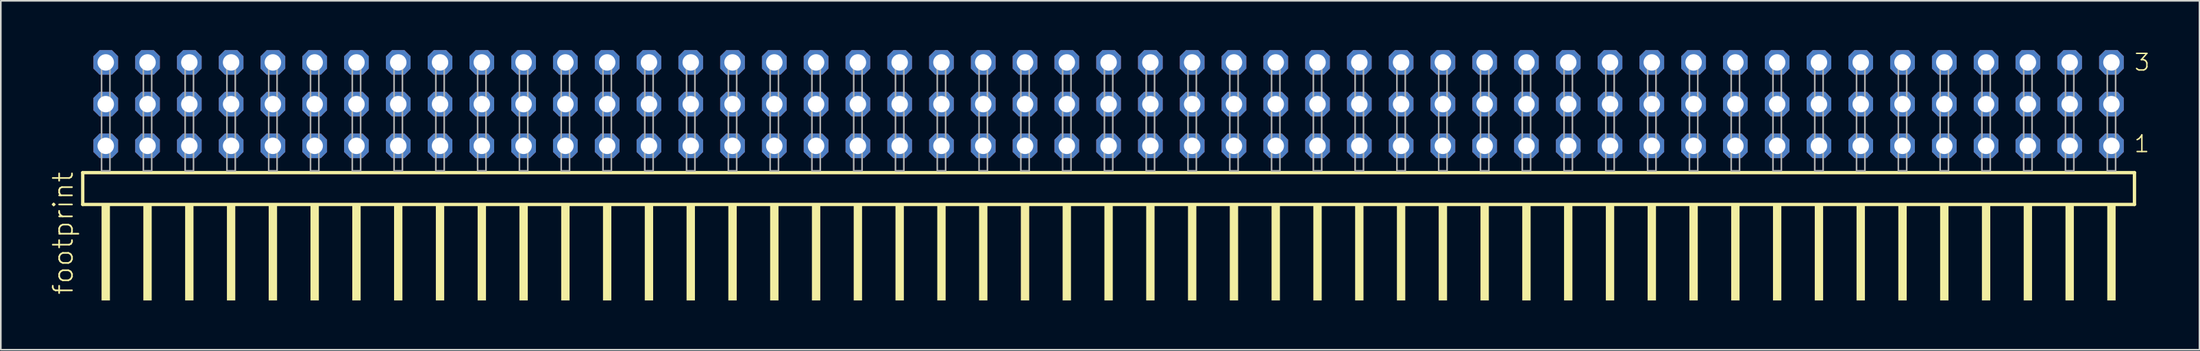
<source format=kicad_pcb>
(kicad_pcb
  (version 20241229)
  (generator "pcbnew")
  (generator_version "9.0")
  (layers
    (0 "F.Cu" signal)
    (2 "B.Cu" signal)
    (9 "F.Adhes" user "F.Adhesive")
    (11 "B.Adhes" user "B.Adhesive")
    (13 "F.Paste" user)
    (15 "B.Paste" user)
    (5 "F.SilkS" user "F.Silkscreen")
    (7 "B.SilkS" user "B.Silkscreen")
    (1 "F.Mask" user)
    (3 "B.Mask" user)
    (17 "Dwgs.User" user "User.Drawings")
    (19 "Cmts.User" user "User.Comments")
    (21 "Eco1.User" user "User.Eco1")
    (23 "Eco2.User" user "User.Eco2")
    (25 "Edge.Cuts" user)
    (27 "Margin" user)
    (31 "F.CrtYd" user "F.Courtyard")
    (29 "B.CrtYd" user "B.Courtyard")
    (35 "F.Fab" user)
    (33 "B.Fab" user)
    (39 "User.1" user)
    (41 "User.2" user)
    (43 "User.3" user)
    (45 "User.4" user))
  (footprint "footprint"
    (layer "F.Cu")
    (at 64.338 7.354)
    (property "Reference" "footprint" (at -62.865 7.62 90) (layer "F.SilkS") (effects (font (size 1.168 1.168) (thickness 0.102)) (justify left bottom)))
    (fp_line (start -62.359 0.106) (end -62.359 2.046) (stroke (width 0.203) (type solid)) (layer "F.SilkS"))
    (fp_line (start -62.359 2.046) (end 62.359 2.046) (stroke (width 0.203) (type solid)) (layer "F.SilkS"))
    (fp_line (start 62.359 0.106) (end -62.359 0.106) (stroke (width 0.203) (type solid)) (layer "F.SilkS"))
    (fp_line (start 62.359 2.046) (end 62.359 0.106) (stroke (width 0.203) (type solid)) (layer "F.SilkS"))
    (fp_poly (pts (xy -61.214 7.89) (xy -60.706 7.89) (xy -60.706 2.04) (xy -61.214 2.04)) (stroke (width 0) (type solid)) (fill yes) (layer "F.SilkS"))
    (fp_poly (pts (xy -58.674 7.89) (xy -58.166 7.89) (xy -58.166 2.04) (xy -58.674 2.04)) (stroke (width 0) (type solid)) (fill yes) (layer "F.SilkS"))
    (fp_poly (pts (xy -56.134 7.89) (xy -55.626 7.89) (xy -55.626 2.04) (xy -56.134 2.04)) (stroke (width 0) (type solid)) (fill yes) (layer "F.SilkS"))
    (fp_poly (pts (xy -53.594 7.89) (xy -53.086 7.89) (xy -53.086 2.04) (xy -53.594 2.04)) (stroke (width 0) (type solid)) (fill yes) (layer "F.SilkS"))
    (fp_poly (pts (xy -51.054 7.89) (xy -50.546 7.89) (xy -50.546 2.04) (xy -51.054 2.04)) (stroke (width 0) (type solid)) (fill yes) (layer "F.SilkS"))
    (fp_poly (pts (xy -48.514 7.89) (xy -48.006 7.89) (xy -48.006 2.04) (xy -48.514 2.04)) (stroke (width 0) (type solid)) (fill yes) (layer "F.SilkS"))
    (fp_poly (pts (xy -45.974 7.89) (xy -45.466 7.89) (xy -45.466 2.04) (xy -45.974 2.04)) (stroke (width 0) (type solid)) (fill yes) (layer "F.SilkS"))
    (fp_poly (pts (xy -43.434 7.89) (xy -42.926 7.89) (xy -42.926 2.04) (xy -43.434 2.04)) (stroke (width 0) (type solid)) (fill yes) (layer "F.SilkS"))
    (fp_poly (pts (xy -40.894 7.89) (xy -40.386 7.89) (xy -40.386 2.04) (xy -40.894 2.04)) (stroke (width 0) (type solid)) (fill yes) (layer "F.SilkS"))
    (fp_poly (pts (xy -38.354 7.89) (xy -37.846 7.89) (xy -37.846 2.04) (xy -38.354 2.04)) (stroke (width 0) (type solid)) (fill yes) (layer "F.SilkS"))
    (fp_poly (pts (xy -35.814 7.89) (xy -35.306 7.89) (xy -35.306 2.04) (xy -35.814 2.04)) (stroke (width 0) (type solid)) (fill yes) (layer "F.SilkS"))
    (fp_poly (pts (xy -33.274 7.89) (xy -32.766 7.89) (xy -32.766 2.04) (xy -33.274 2.04)) (stroke (width 0) (type solid)) (fill yes) (layer "F.SilkS"))
    (fp_poly (pts (xy -30.734 7.89) (xy -30.226 7.89) (xy -30.226 2.04) (xy -30.734 2.04)) (stroke (width 0) (type solid)) (fill yes) (layer "F.SilkS"))
    (fp_poly (pts (xy -28.194 7.89) (xy -27.686 7.89) (xy -27.686 2.04) (xy -28.194 2.04)) (stroke (width 0) (type solid)) (fill yes) (layer "F.SilkS"))
    (fp_poly (pts (xy -25.654 7.89) (xy -25.146 7.89) (xy -25.146 2.04) (xy -25.654 2.04)) (stroke (width 0) (type solid)) (fill yes) (layer "F.SilkS"))
    (fp_poly (pts (xy -23.114 7.89) (xy -22.606 7.89) (xy -22.606 2.04) (xy -23.114 2.04)) (stroke (width 0) (type solid)) (fill yes) (layer "F.SilkS"))
    (fp_poly (pts (xy -20.574 7.89) (xy -20.066 7.89) (xy -20.066 2.04) (xy -20.574 2.04)) (stroke (width 0) (type solid)) (fill yes) (layer "F.SilkS"))
    (fp_poly (pts (xy -18.034 7.89) (xy -17.526 7.89) (xy -17.526 2.04) (xy -18.034 2.04)) (stroke (width 0) (type solid)) (fill yes) (layer "F.SilkS"))
    (fp_poly (pts (xy -15.494 7.89) (xy -14.986 7.89) (xy -14.986 2.04) (xy -15.494 2.04)) (stroke (width 0) (type solid)) (fill yes) (layer "F.SilkS"))
    (fp_poly (pts (xy -12.954 7.89) (xy -12.446 7.89) (xy -12.446 2.04) (xy -12.954 2.04)) (stroke (width 0) (type solid)) (fill yes) (layer "F.SilkS"))
    (fp_poly (pts (xy -10.414 7.89) (xy -9.906 7.89) (xy -9.906 2.04) (xy -10.414 2.04)) (stroke (width 0) (type solid)) (fill yes) (layer "F.SilkS"))
    (fp_poly (pts (xy -7.874 7.89) (xy -7.366 7.89) (xy -7.366 2.04) (xy -7.874 2.04)) (stroke (width 0) (type solid)) (fill yes) (layer "F.SilkS"))
    (fp_poly (pts (xy -5.334 7.89) (xy -4.826 7.89) (xy -4.826 2.04) (xy -5.334 2.04)) (stroke (width 0) (type solid)) (fill yes) (layer "F.SilkS"))
    (fp_poly (pts (xy -2.794 7.89) (xy -2.286 7.89) (xy -2.286 2.04) (xy -2.794 2.04)) (stroke (width 0) (type solid)) (fill yes) (layer "F.SilkS"))
    (fp_poly (pts (xy -0.254 7.89) (xy 0.254 7.89) (xy 0.254 2.04) (xy -0.254 2.04)) (stroke (width 0) (type solid)) (fill yes) (layer "F.SilkS"))
    (fp_poly (pts (xy 2.286 7.89) (xy 2.794 7.89) (xy 2.794 2.04) (xy 2.286 2.04)) (stroke (width 0) (type solid)) (fill yes) (layer "F.SilkS"))
    (fp_poly (pts (xy 4.826 7.89) (xy 5.334 7.89) (xy 5.334 2.04) (xy 4.826 2.04)) (stroke (width 0) (type solid)) (fill yes) (layer "F.SilkS"))
    (fp_poly (pts (xy 7.366 7.89) (xy 7.874 7.89) (xy 7.874 2.04) (xy 7.366 2.04)) (stroke (width 0) (type solid)) (fill yes) (layer "F.SilkS"))
    (fp_poly (pts (xy 9.906 7.89) (xy 10.414 7.89) (xy 10.414 2.04) (xy 9.906 2.04)) (stroke (width 0) (type solid)) (fill yes) (layer "F.SilkS"))
    (fp_poly (pts (xy 12.446 7.89) (xy 12.954 7.89) (xy 12.954 2.04) (xy 12.446 2.04)) (stroke (width 0) (type solid)) (fill yes) (layer "F.SilkS"))
    (fp_poly (pts (xy 14.986 7.89) (xy 15.494 7.89) (xy 15.494 2.04) (xy 14.986 2.04)) (stroke (width 0) (type solid)) (fill yes) (layer "F.SilkS"))
    (fp_poly (pts (xy 17.526 7.89) (xy 18.034 7.89) (xy 18.034 2.04) (xy 17.526 2.04)) (stroke (width 0) (type solid)) (fill yes) (layer "F.SilkS"))
    (fp_poly (pts (xy 20.066 7.89) (xy 20.574 7.89) (xy 20.574 2.04) (xy 20.066 2.04)) (stroke (width 0) (type solid)) (fill yes) (layer "F.SilkS"))
    (fp_poly (pts (xy 22.606 7.89) (xy 23.114 7.89) (xy 23.114 2.04) (xy 22.606 2.04)) (stroke (width 0) (type solid)) (fill yes) (layer "F.SilkS"))
    (fp_poly (pts (xy 25.146 7.89) (xy 25.654 7.89) (xy 25.654 2.04) (xy 25.146 2.04)) (stroke (width 0) (type solid)) (fill yes) (layer "F.SilkS"))
    (fp_poly (pts (xy 27.686 7.89) (xy 28.194 7.89) (xy 28.194 2.04) (xy 27.686 2.04)) (stroke (width 0) (type solid)) (fill yes) (layer "F.SilkS"))
    (fp_poly (pts (xy 30.226 7.89) (xy 30.734 7.89) (xy 30.734 2.04) (xy 30.226 2.04)) (stroke (width 0) (type solid)) (fill yes) (layer "F.SilkS"))
    (fp_poly (pts (xy 32.766 7.89) (xy 33.274 7.89) (xy 33.274 2.04) (xy 32.766 2.04)) (stroke (width 0) (type solid)) (fill yes) (layer "F.SilkS"))
    (fp_poly (pts (xy 35.306 7.89) (xy 35.814 7.89) (xy 35.814 2.04) (xy 35.306 2.04)) (stroke (width 0) (type solid)) (fill yes) (layer "F.SilkS"))
    (fp_poly (pts (xy 37.846 7.89) (xy 38.354 7.89) (xy 38.354 2.04) (xy 37.846 2.04)) (stroke (width 0) (type solid)) (fill yes) (layer "F.SilkS"))
    (fp_poly (pts (xy 40.386 7.89) (xy 40.894 7.89) (xy 40.894 2.04) (xy 40.386 2.04)) (stroke (width 0) (type solid)) (fill yes) (layer "F.SilkS"))
    (fp_poly (pts (xy 42.926 7.89) (xy 43.434 7.89) (xy 43.434 2.04) (xy 42.926 2.04)) (stroke (width 0) (type solid)) (fill yes) (layer "F.SilkS"))
    (fp_poly (pts (xy 45.466 7.89) (xy 45.974 7.89) (xy 45.974 2.04) (xy 45.466 2.04)) (stroke (width 0) (type solid)) (fill yes) (layer "F.SilkS"))
    (fp_poly (pts (xy 48.006 7.89) (xy 48.514 7.89) (xy 48.514 2.04) (xy 48.006 2.04)) (stroke (width 0) (type solid)) (fill yes) (layer "F.SilkS"))
    (fp_poly (pts (xy 50.546 7.89) (xy 51.054 7.89) (xy 51.054 2.04) (xy 50.546 2.04)) (stroke (width 0) (type solid)) (fill yes) (layer "F.SilkS"))
    (fp_poly (pts (xy 53.086 7.89) (xy 53.594 7.89) (xy 53.594 2.04) (xy 53.086 2.04)) (stroke (width 0) (type solid)) (fill yes) (layer "F.SilkS"))
    (fp_poly (pts (xy 55.626 7.89) (xy 56.134 7.89) (xy 56.134 2.04) (xy 55.626 2.04)) (stroke (width 0) (type solid)) (fill yes) (layer "F.SilkS"))
    (fp_poly (pts (xy 58.166 7.89) (xy 58.674 7.89) (xy 58.674 2.04) (xy 58.166 2.04)) (stroke (width 0) (type solid)) (fill yes) (layer "F.SilkS"))
    (fp_poly (pts (xy 60.706 7.89) (xy 61.214 7.89) (xy 61.214 2.04) (xy 60.706 2.04)) (stroke (width 0) (type solid)) (fill yes) (layer "F.SilkS"))
    (fp_poly (pts (xy -61.214 0) (xy -60.706 0) (xy -60.706 -6.858) (xy -61.214 -6.858)) (stroke (width 0.1) (type solid)) (fill no) (layer "F.Fab"))
    (fp_poly (pts (xy -58.674 0) (xy -58.166 0) (xy -58.166 -6.858) (xy -58.674 -6.858)) (stroke (width 0.1) (type solid)) (fill no) (layer "F.Fab"))
    (fp_poly (pts (xy -56.134 0) (xy -55.626 0) (xy -55.626 -6.858) (xy -56.134 -6.858)) (stroke (width 0.1) (type solid)) (fill no) (layer "F.Fab"))
    (fp_poly (pts (xy -53.594 0) (xy -53.086 0) (xy -53.086 -6.858) (xy -53.594 -6.858)) (stroke (width 0.1) (type solid)) (fill no) (layer "F.Fab"))
    (fp_poly (pts (xy -51.054 0) (xy -50.546 0) (xy -50.546 -6.858) (xy -51.054 -6.858)) (stroke (width 0.1) (type solid)) (fill no) (layer "F.Fab"))
    (fp_poly (pts (xy -48.514 0) (xy -48.006 0) (xy -48.006 -6.858) (xy -48.514 -6.858)) (stroke (width 0.1) (type solid)) (fill no) (layer "F.Fab"))
    (fp_poly (pts (xy -45.974 0) (xy -45.466 0) (xy -45.466 -6.858) (xy -45.974 -6.858)) (stroke (width 0.1) (type solid)) (fill no) (layer "F.Fab"))
    (fp_poly (pts (xy -43.434 0) (xy -42.926 0) (xy -42.926 -6.858) (xy -43.434 -6.858)) (stroke (width 0.1) (type solid)) (fill no) (layer "F.Fab"))
    (fp_poly (pts (xy -40.894 0) (xy -40.386 0) (xy -40.386 -6.858) (xy -40.894 -6.858)) (stroke (width 0.1) (type solid)) (fill no) (layer "F.Fab"))
    (fp_poly (pts (xy -38.354 0) (xy -37.846 0) (xy -37.846 -6.858) (xy -38.354 -6.858)) (stroke (width 0.1) (type solid)) (fill no) (layer "F.Fab"))
    (fp_poly (pts (xy -35.814 0) (xy -35.306 0) (xy -35.306 -6.858) (xy -35.814 -6.858)) (stroke (width 0.1) (type solid)) (fill no) (layer "F.Fab"))
    (fp_poly (pts (xy -33.274 0) (xy -32.766 0) (xy -32.766 -6.858) (xy -33.274 -6.858)) (stroke (width 0.1) (type solid)) (fill no) (layer "F.Fab"))
    (fp_poly (pts (xy -30.734 0) (xy -30.226 0) (xy -30.226 -6.858) (xy -30.734 -6.858)) (stroke (width 0.1) (type solid)) (fill no) (layer "F.Fab"))
    (fp_poly (pts (xy -28.194 0) (xy -27.686 0) (xy -27.686 -6.858) (xy -28.194 -6.858)) (stroke (width 0.1) (type solid)) (fill no) (layer "F.Fab"))
    (fp_poly (pts (xy -25.654 0) (xy -25.146 0) (xy -25.146 -6.858) (xy -25.654 -6.858)) (stroke (width 0.1) (type solid)) (fill no) (layer "F.Fab"))
    (fp_poly (pts (xy -23.114 0) (xy -22.606 0) (xy -22.606 -6.858) (xy -23.114 -6.858)) (stroke (width 0.1) (type solid)) (fill no) (layer "F.Fab"))
    (fp_poly (pts (xy -20.574 0) (xy -20.066 0) (xy -20.066 -6.858) (xy -20.574 -6.858)) (stroke (width 0.1) (type solid)) (fill no) (layer "F.Fab"))
    (fp_poly (pts (xy -18.034 0) (xy -17.526 0) (xy -17.526 -6.858) (xy -18.034 -6.858)) (stroke (width 0.1) (type solid)) (fill no) (layer "F.Fab"))
    (fp_poly (pts (xy -15.494 0) (xy -14.986 0) (xy -14.986 -6.858) (xy -15.494 -6.858)) (stroke (width 0.1) (type solid)) (fill no) (layer "F.Fab"))
    (fp_poly (pts (xy -12.954 0) (xy -12.446 0) (xy -12.446 -6.858) (xy -12.954 -6.858)) (stroke (width 0.1) (type solid)) (fill no) (layer "F.Fab"))
    (fp_poly (pts (xy -10.414 0) (xy -9.906 0) (xy -9.906 -6.858) (xy -10.414 -6.858)) (stroke (width 0.1) (type solid)) (fill no) (layer "F.Fab"))
    (fp_poly (pts (xy -7.874 0) (xy -7.366 0) (xy -7.366 -6.858) (xy -7.874 -6.858)) (stroke (width 0.1) (type solid)) (fill no) (layer "F.Fab"))
    (fp_poly (pts (xy -5.334 0) (xy -4.826 0) (xy -4.826 -6.858) (xy -5.334 -6.858)) (stroke (width 0.1) (type solid)) (fill no) (layer "F.Fab"))
    (fp_poly (pts (xy -2.794 0) (xy -2.286 0) (xy -2.286 -6.858) (xy -2.794 -6.858)) (stroke (width 0.1) (type solid)) (fill no) (layer "F.Fab"))
    (fp_poly (pts (xy -0.254 0) (xy 0.254 0) (xy 0.254 -6.858) (xy -0.254 -6.858)) (stroke (width 0.1) (type solid)) (fill no) (layer "F.Fab"))
    (fp_poly (pts (xy 2.286 0) (xy 2.794 0) (xy 2.794 -6.858) (xy 2.286 -6.858)) (stroke (width 0.1) (type solid)) (fill no) (layer "F.Fab"))
    (fp_poly (pts (xy 4.826 0) (xy 5.334 0) (xy 5.334 -6.858) (xy 4.826 -6.858)) (stroke (width 0.1) (type solid)) (fill no) (layer "F.Fab"))
    (fp_poly (pts (xy 7.366 0) (xy 7.874 0) (xy 7.874 -6.858) (xy 7.366 -6.858)) (stroke (width 0.1) (type solid)) (fill no) (layer "F.Fab"))
    (fp_poly (pts (xy 9.906 0) (xy 10.414 0) (xy 10.414 -6.858) (xy 9.906 -6.858)) (stroke (width 0.1) (type solid)) (fill no) (layer "F.Fab"))
    (fp_poly (pts (xy 12.446 0) (xy 12.954 0) (xy 12.954 -6.858) (xy 12.446 -6.858)) (stroke (width 0.1) (type solid)) (fill no) (layer "F.Fab"))
    (fp_poly (pts (xy 14.986 0) (xy 15.494 0) (xy 15.494 -6.858) (xy 14.986 -6.858)) (stroke (width 0.1) (type solid)) (fill no) (layer "F.Fab"))
    (fp_poly (pts (xy 17.526 0) (xy 18.034 0) (xy 18.034 -6.858) (xy 17.526 -6.858)) (stroke (width 0.1) (type solid)) (fill no) (layer "F.Fab"))
    (fp_poly (pts (xy 20.066 0) (xy 20.574 0) (xy 20.574 -6.858) (xy 20.066 -6.858)) (stroke (width 0.1) (type solid)) (fill no) (layer "F.Fab"))
    (fp_poly (pts (xy 22.606 0) (xy 23.114 0) (xy 23.114 -6.858) (xy 22.606 -6.858)) (stroke (width 0.1) (type solid)) (fill no) (layer "F.Fab"))
    (fp_poly (pts (xy 25.146 0) (xy 25.654 0) (xy 25.654 -6.858) (xy 25.146 -6.858)) (stroke (width 0.1) (type solid)) (fill no) (layer "F.Fab"))
    (fp_poly (pts (xy 27.686 0) (xy 28.194 0) (xy 28.194 -6.858) (xy 27.686 -6.858)) (stroke (width 0.1) (type solid)) (fill no) (layer "F.Fab"))
    (fp_poly (pts (xy 30.226 0) (xy 30.734 0) (xy 30.734 -6.858) (xy 30.226 -6.858)) (stroke (width 0.1) (type solid)) (fill no) (layer "F.Fab"))
    (fp_poly (pts (xy 32.766 0) (xy 33.274 0) (xy 33.274 -6.858) (xy 32.766 -6.858)) (stroke (width 0.1) (type solid)) (fill no) (layer "F.Fab"))
    (fp_poly (pts (xy 35.306 0) (xy 35.814 0) (xy 35.814 -6.858) (xy 35.306 -6.858)) (stroke (width 0.1) (type solid)) (fill no) (layer "F.Fab"))
    (fp_poly (pts (xy 37.846 0) (xy 38.354 0) (xy 38.354 -6.858) (xy 37.846 -6.858)) (stroke (width 0.1) (type solid)) (fill no) (layer "F.Fab"))
    (fp_poly (pts (xy 40.386 0) (xy 40.894 0) (xy 40.894 -6.858) (xy 40.386 -6.858)) (stroke (width 0.1) (type solid)) (fill no) (layer "F.Fab"))
    (fp_poly (pts (xy 42.926 0) (xy 43.434 0) (xy 43.434 -6.858) (xy 42.926 -6.858)) (stroke (width 0.1) (type solid)) (fill no) (layer "F.Fab"))
    (fp_poly (pts (xy 45.466 0) (xy 45.974 0) (xy 45.974 -6.858) (xy 45.466 -6.858)) (stroke (width 0.1) (type solid)) (fill no) (layer "F.Fab"))
    (fp_poly (pts (xy 48.006 0) (xy 48.514 0) (xy 48.514 -6.858) (xy 48.006 -6.858)) (stroke (width 0.1) (type solid)) (fill no) (layer "F.Fab"))
    (fp_poly (pts (xy 50.546 0) (xy 51.054 0) (xy 51.054 -6.858) (xy 50.546 -6.858)) (stroke (width 0.1) (type solid)) (fill no) (layer "F.Fab"))
    (fp_poly (pts (xy 53.086 0) (xy 53.594 0) (xy 53.594 -6.858) (xy 53.086 -6.858)) (stroke (width 0.1) (type solid)) (fill no) (layer "F.Fab"))
    (fp_poly (pts (xy 55.626 0) (xy 56.134 0) (xy 56.134 -6.858) (xy 55.626 -6.858)) (stroke (width 0.1) (type solid)) (fill no) (layer "F.Fab"))
    (fp_poly (pts (xy 58.166 0) (xy 58.674 0) (xy 58.674 -6.858) (xy 58.166 -6.858)) (stroke (width 0.1) (type solid)) (fill no) (layer "F.Fab"))
    (fp_poly (pts (xy 60.706 0) (xy 61.214 0) (xy 61.214 -6.858) (xy 60.706 -6.858)) (stroke (width 0.1) (type solid)) (fill no) (layer "F.Fab"))
    (fp_text user "3" (at 62.285 -6.015 0) (layer "F.SilkS") (effects (font (size 1.012 1.012) (thickness 0.088)) (justify left bottom)))
    (fp_text user "1" (at 62.27 -1.05 0) (layer "F.SilkS") (effects (font (size 1.012 1.012) (thickness 0.088)) (justify left bottom)))
    (pad "1" thru_hole roundrect (at 60.96 -1.524 180) (size 1.5 1.5) (drill 1) (layers "*.Cu" "*.Mask") (roundrect_rratio 0.25) (chamfer_ratio 0.25) (chamfer top_left top_right bottom_left bottom_right))
    (pad "2" thru_hole roundrect (at 60.96 -4.064 180) (size 1.5 1.5) (drill 1) (layers "*.Cu" "*.Mask") (roundrect_rratio 0.25) (chamfer_ratio 0.25) (chamfer top_left top_right bottom_left bottom_right))
    (pad "3" thru_hole roundrect (at 60.96 -6.604 180) (size 1.5 1.5) (drill 1) (layers "*.Cu" "*.Mask") (roundrect_rratio 0.25) (chamfer_ratio 0.25) (chamfer top_left top_right bottom_left bottom_right))
    (pad "4" thru_hole roundrect (at 58.42 -1.524 180) (size 1.5 1.5) (drill 1) (layers "*.Cu" "*.Mask") (roundrect_rratio 0.25) (chamfer_ratio 0.25) (chamfer top_left top_right bottom_left bottom_right))
    (pad "5" thru_hole roundrect (at 58.42 -4.064 180) (size 1.5 1.5) (drill 1) (layers "*.Cu" "*.Mask") (roundrect_rratio 0.25) (chamfer_ratio 0.25) (chamfer top_left top_right bottom_left bottom_right))
    (pad "6" thru_hole roundrect (at 58.42 -6.604 180) (size 1.5 1.5) (drill 1) (layers "*.Cu" "*.Mask") (roundrect_rratio 0.25) (chamfer_ratio 0.25) (chamfer top_left top_right bottom_left bottom_right))
    (pad "7" thru_hole roundrect (at 55.88 -1.524 180) (size 1.5 1.5) (drill 1) (layers "*.Cu" "*.Mask") (roundrect_rratio 0.25) (chamfer_ratio 0.25) (chamfer top_left top_right bottom_left bottom_right))
    (pad "8" thru_hole roundrect (at 55.88 -4.064 180) (size 1.5 1.5) (drill 1) (layers "*.Cu" "*.Mask") (roundrect_rratio 0.25) (chamfer_ratio 0.25) (chamfer top_left top_right bottom_left bottom_right))
    (pad "9" thru_hole roundrect (at 55.88 -6.604 180) (size 1.5 1.5) (drill 1) (layers "*.Cu" "*.Mask") (roundrect_rratio 0.25) (chamfer_ratio 0.25) (chamfer top_left top_right bottom_left bottom_right))
    (pad "10" thru_hole roundrect (at 53.34 -1.524 180) (size 1.5 1.5) (drill 1) (layers "*.Cu" "*.Mask") (roundrect_rratio 0.25) (chamfer_ratio 0.25) (chamfer top_left top_right bottom_left bottom_right))
    (pad "11" thru_hole roundrect (at 53.34 -4.064 180) (size 1.5 1.5) (drill 1) (layers "*.Cu" "*.Mask") (roundrect_rratio 0.25) (chamfer_ratio 0.25) (chamfer top_left top_right bottom_left bottom_right))
    (pad "12" thru_hole roundrect (at 53.34 -6.604 180) (size 1.5 1.5) (drill 1) (layers "*.Cu" "*.Mask") (roundrect_rratio 0.25) (chamfer_ratio 0.25) (chamfer top_left top_right bottom_left bottom_right))
    (pad "13" thru_hole roundrect (at 50.8 -1.524 180) (size 1.5 1.5) (drill 1) (layers "*.Cu" "*.Mask") (roundrect_rratio 0.25) (chamfer_ratio 0.25) (chamfer top_left top_right bottom_left bottom_right))
    (pad "14" thru_hole roundrect (at 50.8 -4.064 180) (size 1.5 1.5) (drill 1) (layers "*.Cu" "*.Mask") (roundrect_rratio 0.25) (chamfer_ratio 0.25) (chamfer top_left top_right bottom_left bottom_right))
    (pad "15" thru_hole roundrect (at 50.8 -6.604 180) (size 1.5 1.5) (drill 1) (layers "*.Cu" "*.Mask") (roundrect_rratio 0.25) (chamfer_ratio 0.25) (chamfer top_left top_right bottom_left bottom_right))
    (pad "16" thru_hole roundrect (at 48.26 -1.524 180) (size 1.5 1.5) (drill 1) (layers "*.Cu" "*.Mask") (roundrect_rratio 0.25) (chamfer_ratio 0.25) (chamfer top_left top_right bottom_left bottom_right))
    (pad "17" thru_hole roundrect (at 48.26 -4.064 180) (size 1.5 1.5) (drill 1) (layers "*.Cu" "*.Mask") (roundrect_rratio 0.25) (chamfer_ratio 0.25) (chamfer top_left top_right bottom_left bottom_right))
    (pad "18" thru_hole roundrect (at 48.26 -6.604 180) (size 1.5 1.5) (drill 1) (layers "*.Cu" "*.Mask") (roundrect_rratio 0.25) (chamfer_ratio 0.25) (chamfer top_left top_right bottom_left bottom_right))
    (pad "19" thru_hole roundrect (at 45.72 -1.524 180) (size 1.5 1.5) (drill 1) (layers "*.Cu" "*.Mask") (roundrect_rratio 0.25) (chamfer_ratio 0.25) (chamfer top_left top_right bottom_left bottom_right))
    (pad "20" thru_hole roundrect (at 45.72 -4.064 180) (size 1.5 1.5) (drill 1) (layers "*.Cu" "*.Mask") (roundrect_rratio 0.25) (chamfer_ratio 0.25) (chamfer top_left top_right bottom_left bottom_right))
    (pad "21" thru_hole roundrect (at 45.72 -6.604 180) (size 1.5 1.5) (drill 1) (layers "*.Cu" "*.Mask") (roundrect_rratio 0.25) (chamfer_ratio 0.25) (chamfer top_left top_right bottom_left bottom_right))
    (pad "22" thru_hole roundrect (at 43.18 -1.524 180) (size 1.5 1.5) (drill 1) (layers "*.Cu" "*.Mask") (roundrect_rratio 0.25) (chamfer_ratio 0.25) (chamfer top_left top_right bottom_left bottom_right))
    (pad "23" thru_hole roundrect (at 43.18 -4.064 180) (size 1.5 1.5) (drill 1) (layers "*.Cu" "*.Mask") (roundrect_rratio 0.25) (chamfer_ratio 0.25) (chamfer top_left top_right bottom_left bottom_right))
    (pad "24" thru_hole roundrect (at 43.18 -6.604 180) (size 1.5 1.5) (drill 1) (layers "*.Cu" "*.Mask") (roundrect_rratio 0.25) (chamfer_ratio 0.25) (chamfer top_left top_right bottom_left bottom_right))
    (pad "25" thru_hole roundrect (at 40.64 -1.524 180) (size 1.5 1.5) (drill 1) (layers "*.Cu" "*.Mask") (roundrect_rratio 0.25) (chamfer_ratio 0.25) (chamfer top_left top_right bottom_left bottom_right))
    (pad "26" thru_hole roundrect (at 40.64 -4.064 180) (size 1.5 1.5) (drill 1) (layers "*.Cu" "*.Mask") (roundrect_rratio 0.25) (chamfer_ratio 0.25) (chamfer top_left top_right bottom_left bottom_right))
    (pad "27" thru_hole roundrect (at 40.64 -6.604 180) (size 1.5 1.5) (drill 1) (layers "*.Cu" "*.Mask") (roundrect_rratio 0.25) (chamfer_ratio 0.25) (chamfer top_left top_right bottom_left bottom_right))
    (pad "28" thru_hole roundrect (at 38.1 -1.524 180) (size 1.5 1.5) (drill 1) (layers "*.Cu" "*.Mask") (roundrect_rratio 0.25) (chamfer_ratio 0.25) (chamfer top_left top_right bottom_left bottom_right))
    (pad "29" thru_hole roundrect (at 38.1 -4.064 180) (size 1.5 1.5) (drill 1) (layers "*.Cu" "*.Mask") (roundrect_rratio 0.25) (chamfer_ratio 0.25) (chamfer top_left top_right bottom_left bottom_right))
    (pad "30" thru_hole roundrect (at 38.1 -6.604 180) (size 1.5 1.5) (drill 1) (layers "*.Cu" "*.Mask") (roundrect_rratio 0.25) (chamfer_ratio 0.25) (chamfer top_left top_right bottom_left bottom_right))
    (pad "31" thru_hole roundrect (at 35.56 -1.524 180) (size 1.5 1.5) (drill 1) (layers "*.Cu" "*.Mask") (roundrect_rratio 0.25) (chamfer_ratio 0.25) (chamfer top_left top_right bottom_left bottom_right))
    (pad "32" thru_hole roundrect (at 35.56 -4.064 180) (size 1.5 1.5) (drill 1) (layers "*.Cu" "*.Mask") (roundrect_rratio 0.25) (chamfer_ratio 0.25) (chamfer top_left top_right bottom_left bottom_right))
    (pad "33" thru_hole roundrect (at 35.56 -6.604 180) (size 1.5 1.5) (drill 1) (layers "*.Cu" "*.Mask") (roundrect_rratio 0.25) (chamfer_ratio 0.25) (chamfer top_left top_right bottom_left bottom_right))
    (pad "34" thru_hole roundrect (at 33.02 -1.524 180) (size 1.5 1.5) (drill 1) (layers "*.Cu" "*.Mask") (roundrect_rratio 0.25) (chamfer_ratio 0.25) (chamfer top_left top_right bottom_left bottom_right))
    (pad "35" thru_hole roundrect (at 33.02 -4.064 180) (size 1.5 1.5) (drill 1) (layers "*.Cu" "*.Mask") (roundrect_rratio 0.25) (chamfer_ratio 0.25) (chamfer top_left top_right bottom_left bottom_right))
    (pad "36" thru_hole roundrect (at 33.02 -6.604 180) (size 1.5 1.5) (drill 1) (layers "*.Cu" "*.Mask") (roundrect_rratio 0.25) (chamfer_ratio 0.25) (chamfer top_left top_right bottom_left bottom_right))
    (pad "37" thru_hole roundrect (at 30.48 -1.524 180) (size 1.5 1.5) (drill 1) (layers "*.Cu" "*.Mask") (roundrect_rratio 0.25) (chamfer_ratio 0.25) (chamfer top_left top_right bottom_left bottom_right))
    (pad "38" thru_hole roundrect (at 30.48 -4.064 180) (size 1.5 1.5) (drill 1) (layers "*.Cu" "*.Mask") (roundrect_rratio 0.25) (chamfer_ratio 0.25) (chamfer top_left top_right bottom_left bottom_right))
    (pad "39" thru_hole roundrect (at 30.48 -6.604 180) (size 1.5 1.5) (drill 1) (layers "*.Cu" "*.Mask") (roundrect_rratio 0.25) (chamfer_ratio 0.25) (chamfer top_left top_right bottom_left bottom_right))
    (pad "40" thru_hole roundrect (at 27.94 -1.524 180) (size 1.5 1.5) (drill 1) (layers "*.Cu" "*.Mask") (roundrect_rratio 0.25) (chamfer_ratio 0.25) (chamfer top_left top_right bottom_left bottom_right))
    (pad "41" thru_hole roundrect (at 27.94 -4.064 180) (size 1.5 1.5) (drill 1) (layers "*.Cu" "*.Mask") (roundrect_rratio 0.25) (chamfer_ratio 0.25) (chamfer top_left top_right bottom_left bottom_right))
    (pad "42" thru_hole roundrect (at 27.94 -6.604 180) (size 1.5 1.5) (drill 1) (layers "*.Cu" "*.Mask") (roundrect_rratio 0.25) (chamfer_ratio 0.25) (chamfer top_left top_right bottom_left bottom_right))
    (pad "43" thru_hole roundrect (at 25.4 -1.524 180) (size 1.5 1.5) (drill 1) (layers "*.Cu" "*.Mask") (roundrect_rratio 0.25) (chamfer_ratio 0.25) (chamfer top_left top_right bottom_left bottom_right))
    (pad "44" thru_hole roundrect (at 25.4 -4.064 180) (size 1.5 1.5) (drill 1) (layers "*.Cu" "*.Mask") (roundrect_rratio 0.25) (chamfer_ratio 0.25) (chamfer top_left top_right bottom_left bottom_right))
    (pad "45" thru_hole roundrect (at 25.4 -6.604 180) (size 1.5 1.5) (drill 1) (layers "*.Cu" "*.Mask") (roundrect_rratio 0.25) (chamfer_ratio 0.25) (chamfer top_left top_right bottom_left bottom_right))
    (pad "46" thru_hole roundrect (at 22.86 -1.524 180) (size 1.5 1.5) (drill 1) (layers "*.Cu" "*.Mask") (roundrect_rratio 0.25) (chamfer_ratio 0.25) (chamfer top_left top_right bottom_left bottom_right))
    (pad "47" thru_hole roundrect (at 22.86 -4.064 180) (size 1.5 1.5) (drill 1) (layers "*.Cu" "*.Mask") (roundrect_rratio 0.25) (chamfer_ratio 0.25) (chamfer top_left top_right bottom_left bottom_right))
    (pad "48" thru_hole roundrect (at 22.86 -6.604 180) (size 1.5 1.5) (drill 1) (layers "*.Cu" "*.Mask") (roundrect_rratio 0.25) (chamfer_ratio 0.25) (chamfer top_left top_right bottom_left bottom_right))
    (pad "49" thru_hole roundrect (at 20.32 -1.524 180) (size 1.5 1.5) (drill 1) (layers "*.Cu" "*.Mask") (roundrect_rratio 0.25) (chamfer_ratio 0.25) (chamfer top_left top_right bottom_left bottom_right))
    (pad "50" thru_hole roundrect (at 20.32 -4.064 180) (size 1.5 1.5) (drill 1) (layers "*.Cu" "*.Mask") (roundrect_rratio 0.25) (chamfer_ratio 0.25) (chamfer top_left top_right bottom_left bottom_right))
    (pad "51" thru_hole roundrect (at 20.32 -6.604 180) (size 1.5 1.5) (drill 1) (layers "*.Cu" "*.Mask") (roundrect_rratio 0.25) (chamfer_ratio 0.25) (chamfer top_left top_right bottom_left bottom_right))
    (pad "52" thru_hole roundrect (at 17.78 -1.524 180) (size 1.5 1.5) (drill 1) (layers "*.Cu" "*.Mask") (roundrect_rratio 0.25) (chamfer_ratio 0.25) (chamfer top_left top_right bottom_left bottom_right))
    (pad "53" thru_hole roundrect (at 17.78 -4.064 180) (size 1.5 1.5) (drill 1) (layers "*.Cu" "*.Mask") (roundrect_rratio 0.25) (chamfer_ratio 0.25) (chamfer top_left top_right bottom_left bottom_right))
    (pad "54" thru_hole roundrect (at 17.78 -6.604 180) (size 1.5 1.5) (drill 1) (layers "*.Cu" "*.Mask") (roundrect_rratio 0.25) (chamfer_ratio 0.25) (chamfer top_left top_right bottom_left bottom_right))
    (pad "55" thru_hole roundrect (at 15.24 -1.524 180) (size 1.5 1.5) (drill 1) (layers "*.Cu" "*.Mask") (roundrect_rratio 0.25) (chamfer_ratio 0.25) (chamfer top_left top_right bottom_left bottom_right))
    (pad "56" thru_hole roundrect (at 15.24 -4.064 180) (size 1.5 1.5) (drill 1) (layers "*.Cu" "*.Mask") (roundrect_rratio 0.25) (chamfer_ratio 0.25) (chamfer top_left top_right bottom_left bottom_right))
    (pad "57" thru_hole roundrect (at 15.24 -6.604 180) (size 1.5 1.5) (drill 1) (layers "*.Cu" "*.Mask") (roundrect_rratio 0.25) (chamfer_ratio 0.25) (chamfer top_left top_right bottom_left bottom_right))
    (pad "58" thru_hole roundrect (at 12.7 -1.524 180) (size 1.5 1.5) (drill 1) (layers "*.Cu" "*.Mask") (roundrect_rratio 0.25) (chamfer_ratio 0.25) (chamfer top_left top_right bottom_left bottom_right))
    (pad "59" thru_hole roundrect (at 12.7 -4.064 180) (size 1.5 1.5) (drill 1) (layers "*.Cu" "*.Mask") (roundrect_rratio 0.25) (chamfer_ratio 0.25) (chamfer top_left top_right bottom_left bottom_right))
    (pad "60" thru_hole roundrect (at 12.7 -6.604 180) (size 1.5 1.5) (drill 1) (layers "*.Cu" "*.Mask") (roundrect_rratio 0.25) (chamfer_ratio 0.25) (chamfer top_left top_right bottom_left bottom_right))
    (pad "61" thru_hole roundrect (at 10.16 -1.524 180) (size 1.5 1.5) (drill 1) (layers "*.Cu" "*.Mask") (roundrect_rratio 0.25) (chamfer_ratio 0.25) (chamfer top_left top_right bottom_left bottom_right))
    (pad "62" thru_hole roundrect (at 10.16 -4.064 180) (size 1.5 1.5) (drill 1) (layers "*.Cu" "*.Mask") (roundrect_rratio 0.25) (chamfer_ratio 0.25) (chamfer top_left top_right bottom_left bottom_right))
    (pad "63" thru_hole roundrect (at 10.16 -6.604 180) (size 1.5 1.5) (drill 1) (layers "*.Cu" "*.Mask") (roundrect_rratio 0.25) (chamfer_ratio 0.25) (chamfer top_left top_right bottom_left bottom_right))
    (pad "64" thru_hole roundrect (at 7.62 -1.524 180) (size 1.5 1.5) (drill 1) (layers "*.Cu" "*.Mask") (roundrect_rratio 0.25) (chamfer_ratio 0.25) (chamfer top_left top_right bottom_left bottom_right))
    (pad "65" thru_hole roundrect (at 7.62 -4.064 180) (size 1.5 1.5) (drill 1) (layers "*.Cu" "*.Mask") (roundrect_rratio 0.25) (chamfer_ratio 0.25) (chamfer top_left top_right bottom_left bottom_right))
    (pad "66" thru_hole roundrect (at 7.62 -6.604 180) (size 1.5 1.5) (drill 1) (layers "*.Cu" "*.Mask") (roundrect_rratio 0.25) (chamfer_ratio 0.25) (chamfer top_left top_right bottom_left bottom_right))
    (pad "67" thru_hole roundrect (at 5.08 -1.524 180) (size 1.5 1.5) (drill 1) (layers "*.Cu" "*.Mask") (roundrect_rratio 0.25) (chamfer_ratio 0.25) (chamfer top_left top_right bottom_left bottom_right))
    (pad "68" thru_hole roundrect (at 5.08 -4.064 180) (size 1.5 1.5) (drill 1) (layers "*.Cu" "*.Mask") (roundrect_rratio 0.25) (chamfer_ratio 0.25) (chamfer top_left top_right bottom_left bottom_right))
    (pad "69" thru_hole roundrect (at 5.08 -6.604 180) (size 1.5 1.5) (drill 1) (layers "*.Cu" "*.Mask") (roundrect_rratio 0.25) (chamfer_ratio 0.25) (chamfer top_left top_right bottom_left bottom_right))
    (pad "70" thru_hole roundrect (at 2.54 -1.524 180) (size 1.5 1.5) (drill 1) (layers "*.Cu" "*.Mask") (roundrect_rratio 0.25) (chamfer_ratio 0.25) (chamfer top_left top_right bottom_left bottom_right))
    (pad "71" thru_hole roundrect (at 2.54 -4.064 180) (size 1.5 1.5) (drill 1) (layers "*.Cu" "*.Mask") (roundrect_rratio 0.25) (chamfer_ratio 0.25) (chamfer top_left top_right bottom_left bottom_right))
    (pad "72" thru_hole roundrect (at 2.54 -6.604 180) (size 1.5 1.5) (drill 1) (layers "*.Cu" "*.Mask") (roundrect_rratio 0.25) (chamfer_ratio 0.25) (chamfer top_left top_right bottom_left bottom_right))
    (pad "73" thru_hole roundrect (at 0 -1.524 180) (size 1.5 1.5) (drill 1) (layers "*.Cu" "*.Mask") (roundrect_rratio 0.25) (chamfer_ratio 0.25) (chamfer top_left top_right bottom_left bottom_right))
    (pad "74" thru_hole roundrect (at 0 -4.064 180) (size 1.5 1.5) (drill 1) (layers "*.Cu" "*.Mask") (roundrect_rratio 0.25) (chamfer_ratio 0.25) (chamfer top_left top_right bottom_left bottom_right))
    (pad "75" thru_hole roundrect (at 0 -6.604 180) (size 1.5 1.5) (drill 1) (layers "*.Cu" "*.Mask") (roundrect_rratio 0.25) (chamfer_ratio 0.25) (chamfer top_left top_right bottom_left bottom_right))
    (pad "76" thru_hole roundrect (at -2.54 -1.524 180) (size 1.5 1.5) (drill 1) (layers "*.Cu" "*.Mask") (roundrect_rratio 0.25) (chamfer_ratio 0.25) (chamfer top_left top_right bottom_left bottom_right))
    (pad "77" thru_hole roundrect (at -2.54 -4.064 180) (size 1.5 1.5) (drill 1) (layers "*.Cu" "*.Mask") (roundrect_rratio 0.25) (chamfer_ratio 0.25) (chamfer top_left top_right bottom_left bottom_right))
    (pad "78" thru_hole roundrect (at -2.54 -6.604 180) (size 1.5 1.5) (drill 1) (layers "*.Cu" "*.Mask") (roundrect_rratio 0.25) (chamfer_ratio 0.25) (chamfer top_left top_right bottom_left bottom_right))
    (pad "79" thru_hole roundrect (at -5.08 -1.524 180) (size 1.5 1.5) (drill 1) (layers "*.Cu" "*.Mask") (roundrect_rratio 0.25) (chamfer_ratio 0.25) (chamfer top_left top_right bottom_left bottom_right))
    (pad "80" thru_hole roundrect (at -5.08 -4.064 180) (size 1.5 1.5) (drill 1) (layers "*.Cu" "*.Mask") (roundrect_rratio 0.25) (chamfer_ratio 0.25) (chamfer top_left top_right bottom_left bottom_right))
    (pad "81" thru_hole roundrect (at -5.08 -6.604 180) (size 1.5 1.5) (drill 1) (layers "*.Cu" "*.Mask") (roundrect_rratio 0.25) (chamfer_ratio 0.25) (chamfer top_left top_right bottom_left bottom_right))
    (pad "82" thru_hole roundrect (at -7.62 -1.524 180) (size 1.5 1.5) (drill 1) (layers "*.Cu" "*.Mask") (roundrect_rratio 0.25) (chamfer_ratio 0.25) (chamfer top_left top_right bottom_left bottom_right))
    (pad "83" thru_hole roundrect (at -7.62 -4.064 180) (size 1.5 1.5) (drill 1) (layers "*.Cu" "*.Mask") (roundrect_rratio 0.25) (chamfer_ratio 0.25) (chamfer top_left top_right bottom_left bottom_right))
    (pad "84" thru_hole roundrect (at -7.62 -6.604 180) (size 1.5 1.5) (drill 1) (layers "*.Cu" "*.Mask") (roundrect_rratio 0.25) (chamfer_ratio 0.25) (chamfer top_left top_right bottom_left bottom_right))
    (pad "85" thru_hole roundrect (at -10.16 -1.524 180) (size 1.5 1.5) (drill 1) (layers "*.Cu" "*.Mask") (roundrect_rratio 0.25) (chamfer_ratio 0.25) (chamfer top_left top_right bottom_left bottom_right))
    (pad "86" thru_hole roundrect (at -10.16 -4.064 180) (size 1.5 1.5) (drill 1) (layers "*.Cu" "*.Mask") (roundrect_rratio 0.25) (chamfer_ratio 0.25) (chamfer top_left top_right bottom_left bottom_right))
    (pad "87" thru_hole roundrect (at -10.16 -6.604 180) (size 1.5 1.5) (drill 1) (layers "*.Cu" "*.Mask") (roundrect_rratio 0.25) (chamfer_ratio 0.25) (chamfer top_left top_right bottom_left bottom_right))
    (pad "88" thru_hole roundrect (at -12.7 -1.524 180) (size 1.5 1.5) (drill 1) (layers "*.Cu" "*.Mask") (roundrect_rratio 0.25) (chamfer_ratio 0.25) (chamfer top_left top_right bottom_left bottom_right))
    (pad "89" thru_hole roundrect (at -12.7 -4.064 180) (size 1.5 1.5) (drill 1) (layers "*.Cu" "*.Mask") (roundrect_rratio 0.25) (chamfer_ratio 0.25) (chamfer top_left top_right bottom_left bottom_right))
    (pad "90" thru_hole roundrect (at -12.7 -6.604 180) (size 1.5 1.5) (drill 1) (layers "*.Cu" "*.Mask") (roundrect_rratio 0.25) (chamfer_ratio 0.25) (chamfer top_left top_right bottom_left bottom_right))
    (pad "91" thru_hole roundrect (at -15.24 -1.524 180) (size 1.5 1.5) (drill 1) (layers "*.Cu" "*.Mask") (roundrect_rratio 0.25) (chamfer_ratio 0.25) (chamfer top_left top_right bottom_left bottom_right))
    (pad "92" thru_hole roundrect (at -15.24 -4.064 180) (size 1.5 1.5) (drill 1) (layers "*.Cu" "*.Mask") (roundrect_rratio 0.25) (chamfer_ratio 0.25) (chamfer top_left top_right bottom_left bottom_right))
    (pad "93" thru_hole roundrect (at -15.24 -6.604 180) (size 1.5 1.5) (drill 1) (layers "*.Cu" "*.Mask") (roundrect_rratio 0.25) (chamfer_ratio 0.25) (chamfer top_left top_right bottom_left bottom_right))
    (pad "94" thru_hole roundrect (at -17.78 -1.524 180) (size 1.5 1.5) (drill 1) (layers "*.Cu" "*.Mask") (roundrect_rratio 0.25) (chamfer_ratio 0.25) (chamfer top_left top_right bottom_left bottom_right))
    (pad "95" thru_hole roundrect (at -17.78 -4.064 180) (size 1.5 1.5) (drill 1) (layers "*.Cu" "*.Mask") (roundrect_rratio 0.25) (chamfer_ratio 0.25) (chamfer top_left top_right bottom_left bottom_right))
    (pad "96" thru_hole roundrect (at -17.78 -6.604 180) (size 1.5 1.5) (drill 1) (layers "*.Cu" "*.Mask") (roundrect_rratio 0.25) (chamfer_ratio 0.25) (chamfer top_left top_right bottom_left bottom_right))
    (pad "97" thru_hole roundrect (at -20.32 -1.524 180) (size 1.5 1.5) (drill 1) (layers "*.Cu" "*.Mask") (roundrect_rratio 0.25) (chamfer_ratio 0.25) (chamfer top_left top_right bottom_left bottom_right))
    (pad "98" thru_hole roundrect (at -20.32 -4.064 180) (size 1.5 1.5) (drill 1) (layers "*.Cu" "*.Mask") (roundrect_rratio 0.25) (chamfer_ratio 0.25) (chamfer top_left top_right bottom_left bottom_right))
    (pad "99" thru_hole roundrect (at -20.32 -6.604 180) (size 1.5 1.5) (drill 1) (layers "*.Cu" "*.Mask") (roundrect_rratio 0.25) (chamfer_ratio 0.25) (chamfer top_left top_right bottom_left bottom_right))
    (pad "100" thru_hole roundrect (at -22.86 -1.524 180) (size 1.5 1.5) (drill 1) (layers "*.Cu" "*.Mask") (roundrect_rratio 0.25) (chamfer_ratio 0.25) (chamfer top_left top_right bottom_left bottom_right))
    (pad "101" thru_hole roundrect (at -22.86 -4.064 180) (size 1.5 1.5) (drill 1) (layers "*.Cu" "*.Mask") (roundrect_rratio 0.25) (chamfer_ratio 0.25) (chamfer top_left top_right bottom_left bottom_right))
    (pad "102" thru_hole roundrect (at -22.86 -6.604 180) (size 1.5 1.5) (drill 1) (layers "*.Cu" "*.Mask") (roundrect_rratio 0.25) (chamfer_ratio 0.25) (chamfer top_left top_right bottom_left bottom_right))
    (pad "103" thru_hole roundrect (at -25.4 -1.524 180) (size 1.5 1.5) (drill 1) (layers "*.Cu" "*.Mask") (roundrect_rratio 0.25) (chamfer_ratio 0.25) (chamfer top_left top_right bottom_left bottom_right))
    (pad "104" thru_hole roundrect (at -25.4 -4.064 180) (size 1.5 1.5) (drill 1) (layers "*.Cu" "*.Mask") (roundrect_rratio 0.25) (chamfer_ratio 0.25) (chamfer top_left top_right bottom_left bottom_right))
    (pad "105" thru_hole roundrect (at -25.4 -6.604 180) (size 1.5 1.5) (drill 1) (layers "*.Cu" "*.Mask") (roundrect_rratio 0.25) (chamfer_ratio 0.25) (chamfer top_left top_right bottom_left bottom_right))
    (pad "106" thru_hole roundrect (at -27.94 -1.524 180) (size 1.5 1.5) (drill 1) (layers "*.Cu" "*.Mask") (roundrect_rratio 0.25) (chamfer_ratio 0.25) (chamfer top_left top_right bottom_left bottom_right))
    (pad "107" thru_hole roundrect (at -27.94 -4.064 180) (size 1.5 1.5) (drill 1) (layers "*.Cu" "*.Mask") (roundrect_rratio 0.25) (chamfer_ratio 0.25) (chamfer top_left top_right bottom_left bottom_right))
    (pad "108" thru_hole roundrect (at -27.94 -6.604 180) (size 1.5 1.5) (drill 1) (layers "*.Cu" "*.Mask") (roundrect_rratio 0.25) (chamfer_ratio 0.25) (chamfer top_left top_right bottom_left bottom_right))
    (pad "109" thru_hole roundrect (at -30.48 -1.524 180) (size 1.5 1.5) (drill 1) (layers "*.Cu" "*.Mask") (roundrect_rratio 0.25) (chamfer_ratio 0.25) (chamfer top_left top_right bottom_left bottom_right))
    (pad "110" thru_hole roundrect (at -30.48 -4.064 180) (size 1.5 1.5) (drill 1) (layers "*.Cu" "*.Mask") (roundrect_rratio 0.25) (chamfer_ratio 0.25) (chamfer top_left top_right bottom_left bottom_right))
    (pad "111" thru_hole roundrect (at -30.48 -6.604 180) (size 1.5 1.5) (drill 1) (layers "*.Cu" "*.Mask") (roundrect_rratio 0.25) (chamfer_ratio 0.25) (chamfer top_left top_right bottom_left bottom_right))
    (pad "112" thru_hole roundrect (at -33.02 -1.524 180) (size 1.5 1.5) (drill 1) (layers "*.Cu" "*.Mask") (roundrect_rratio 0.25) (chamfer_ratio 0.25) (chamfer top_left top_right bottom_left bottom_right))
    (pad "113" thru_hole roundrect (at -33.02 -4.064 180) (size 1.5 1.5) (drill 1) (layers "*.Cu" "*.Mask") (roundrect_rratio 0.25) (chamfer_ratio 0.25) (chamfer top_left top_right bottom_left bottom_right))
    (pad "114" thru_hole roundrect (at -33.02 -6.604 180) (size 1.5 1.5) (drill 1) (layers "*.Cu" "*.Mask") (roundrect_rratio 0.25) (chamfer_ratio 0.25) (chamfer top_left top_right bottom_left bottom_right))
    (pad "115" thru_hole roundrect (at -35.56 -1.524 180) (size 1.5 1.5) (drill 1) (layers "*.Cu" "*.Mask") (roundrect_rratio 0.25) (chamfer_ratio 0.25) (chamfer top_left top_right bottom_left bottom_right))
    (pad "116" thru_hole roundrect (at -35.56 -4.064 180) (size 1.5 1.5) (drill 1) (layers "*.Cu" "*.Mask") (roundrect_rratio 0.25) (chamfer_ratio 0.25) (chamfer top_left top_right bottom_left bottom_right))
    (pad "117" thru_hole roundrect (at -35.56 -6.604 180) (size 1.5 1.5) (drill 1) (layers "*.Cu" "*.Mask") (roundrect_rratio 0.25) (chamfer_ratio 0.25) (chamfer top_left top_right bottom_left bottom_right))
    (pad "118" thru_hole roundrect (at -38.1 -1.524 180) (size 1.5 1.5) (drill 1) (layers "*.Cu" "*.Mask") (roundrect_rratio 0.25) (chamfer_ratio 0.25) (chamfer top_left top_right bottom_left bottom_right))
    (pad "119" thru_hole roundrect (at -38.1 -4.064 180) (size 1.5 1.5) (drill 1) (layers "*.Cu" "*.Mask") (roundrect_rratio 0.25) (chamfer_ratio 0.25) (chamfer top_left top_right bottom_left bottom_right))
    (pad "120" thru_hole roundrect (at -38.1 -6.604 180) (size 1.5 1.5) (drill 1) (layers "*.Cu" "*.Mask") (roundrect_rratio 0.25) (chamfer_ratio 0.25) (chamfer top_left top_right bottom_left bottom_right))
    (pad "121" thru_hole roundrect (at -40.64 -1.524 180) (size 1.5 1.5) (drill 1) (layers "*.Cu" "*.Mask") (roundrect_rratio 0.25) (chamfer_ratio 0.25) (chamfer top_left top_right bottom_left bottom_right))
    (pad "122" thru_hole roundrect (at -40.64 -4.064 180) (size 1.5 1.5) (drill 1) (layers "*.Cu" "*.Mask") (roundrect_rratio 0.25) (chamfer_ratio 0.25) (chamfer top_left top_right bottom_left bottom_right))
    (pad "123" thru_hole roundrect (at -40.64 -6.604 180) (size 1.5 1.5) (drill 1) (layers "*.Cu" "*.Mask") (roundrect_rratio 0.25) (chamfer_ratio 0.25) (chamfer top_left top_right bottom_left bottom_right))
    (pad "124" thru_hole roundrect (at -43.18 -1.524 180) (size 1.5 1.5) (drill 1) (layers "*.Cu" "*.Mask") (roundrect_rratio 0.25) (chamfer_ratio 0.25) (chamfer top_left top_right bottom_left bottom_right))
    (pad "125" thru_hole roundrect (at -43.18 -4.064 180) (size 1.5 1.5) (drill 1) (layers "*.Cu" "*.Mask") (roundrect_rratio 0.25) (chamfer_ratio 0.25) (chamfer top_left top_right bottom_left bottom_right))
    (pad "126" thru_hole roundrect (at -43.18 -6.604 180) (size 1.5 1.5) (drill 1) (layers "*.Cu" "*.Mask") (roundrect_rratio 0.25) (chamfer_ratio 0.25) (chamfer top_left top_right bottom_left bottom_right))
    (pad "127" thru_hole roundrect (at -45.72 -1.524 180) (size 1.5 1.5) (drill 1) (layers "*.Cu" "*.Mask") (roundrect_rratio 0.25) (chamfer_ratio 0.25) (chamfer top_left top_right bottom_left bottom_right))
    (pad "128" thru_hole roundrect (at -45.72 -4.064 180) (size 1.5 1.5) (drill 1) (layers "*.Cu" "*.Mask") (roundrect_rratio 0.25) (chamfer_ratio 0.25) (chamfer top_left top_right bottom_left bottom_right))
    (pad "129" thru_hole roundrect (at -45.72 -6.604 180) (size 1.5 1.5) (drill 1) (layers "*.Cu" "*.Mask") (roundrect_rratio 0.25) (chamfer_ratio 0.25) (chamfer top_left top_right bottom_left bottom_right))
    (pad "130" thru_hole roundrect (at -48.26 -1.524 180) (size 1.5 1.5) (drill 1) (layers "*.Cu" "*.Mask") (roundrect_rratio 0.25) (chamfer_ratio 0.25) (chamfer top_left top_right bottom_left bottom_right))
    (pad "131" thru_hole roundrect (at -48.26 -4.064 180) (size 1.5 1.5) (drill 1) (layers "*.Cu" "*.Mask") (roundrect_rratio 0.25) (chamfer_ratio 0.25) (chamfer top_left top_right bottom_left bottom_right))
    (pad "132" thru_hole roundrect (at -48.26 -6.604 180) (size 1.5 1.5) (drill 1) (layers "*.Cu" "*.Mask") (roundrect_rratio 0.25) (chamfer_ratio 0.25) (chamfer top_left top_right bottom_left bottom_right))
    (pad "133" thru_hole roundrect (at -50.8 -1.524 180) (size 1.5 1.5) (drill 1) (layers "*.Cu" "*.Mask") (roundrect_rratio 0.25) (chamfer_ratio 0.25) (chamfer top_left top_right bottom_left bottom_right))
    (pad "134" thru_hole roundrect (at -50.8 -4.064 180) (size 1.5 1.5) (drill 1) (layers "*.Cu" "*.Mask") (roundrect_rratio 0.25) (chamfer_ratio 0.25) (chamfer top_left top_right bottom_left bottom_right))
    (pad "135" thru_hole roundrect (at -50.8 -6.604 180) (size 1.5 1.5) (drill 1) (layers "*.Cu" "*.Mask") (roundrect_rratio 0.25) (chamfer_ratio 0.25) (chamfer top_left top_right bottom_left bottom_right))
    (pad "136" thru_hole roundrect (at -53.34 -1.524 180) (size 1.5 1.5) (drill 1) (layers "*.Cu" "*.Mask") (roundrect_rratio 0.25) (chamfer_ratio 0.25) (chamfer top_left top_right bottom_left bottom_right))
    (pad "137" thru_hole roundrect (at -53.34 -4.064 180) (size 1.5 1.5) (drill 1) (layers "*.Cu" "*.Mask") (roundrect_rratio 0.25) (chamfer_ratio 0.25) (chamfer top_left top_right bottom_left bottom_right))
    (pad "138" thru_hole roundrect (at -53.34 -6.604 180) (size 1.5 1.5) (drill 1) (layers "*.Cu" "*.Mask") (roundrect_rratio 0.25) (chamfer_ratio 0.25) (chamfer top_left top_right bottom_left bottom_right))
    (pad "139" thru_hole roundrect (at -55.88 -1.524 180) (size 1.5 1.5) (drill 1) (layers "*.Cu" "*.Mask") (roundrect_rratio 0.25) (chamfer_ratio 0.25) (chamfer top_left top_right bottom_left bottom_right))
    (pad "140" thru_hole roundrect (at -55.88 -4.064 180) (size 1.5 1.5) (drill 1) (layers "*.Cu" "*.Mask") (roundrect_rratio 0.25) (chamfer_ratio 0.25) (chamfer top_left top_right bottom_left bottom_right))
    (pad "141" thru_hole roundrect (at -55.88 -6.604 180) (size 1.5 1.5) (drill 1) (layers "*.Cu" "*.Mask") (roundrect_rratio 0.25) (chamfer_ratio 0.25) (chamfer top_left top_right bottom_left bottom_right))
    (pad "142" thru_hole roundrect (at -58.42 -1.524 180) (size 1.5 1.5) (drill 1) (layers "*.Cu" "*.Mask") (roundrect_rratio 0.25) (chamfer_ratio 0.25) (chamfer top_left top_right bottom_left bottom_right))
    (pad "143" thru_hole roundrect (at -58.42 -4.064 180) (size 1.5 1.5) (drill 1) (layers "*.Cu" "*.Mask") (roundrect_rratio 0.25) (chamfer_ratio 0.25) (chamfer top_left top_right bottom_left bottom_right))
    (pad "144" thru_hole roundrect (at -58.42 -6.604 180) (size 1.5 1.5) (drill 1) (layers "*.Cu" "*.Mask") (roundrect_rratio 0.25) (chamfer_ratio 0.25) (chamfer top_left top_right bottom_left bottom_right))
    (pad "145" thru_hole roundrect (at -60.96 -1.524 180) (size 1.5 1.5) (drill 1) (layers "*.Cu" "*.Mask") (roundrect_rratio 0.25) (chamfer_ratio 0.25) (chamfer top_left top_right bottom_left bottom_right))
    (pad "146" thru_hole roundrect (at -60.96 -4.064 180) (size 1.5 1.5) (drill 1) (layers "*.Cu" "*.Mask") (roundrect_rratio 0.25) (chamfer_ratio 0.25) (chamfer top_left top_right bottom_left bottom_right))
    (pad "147" thru_hole roundrect (at -60.96 -6.604 180) (size 1.5 1.5) (drill 1) (layers "*.Cu" "*.Mask") (roundrect_rratio 0.25) (chamfer_ratio 0.25) (chamfer top_left top_right bottom_left bottom_right)))
  (gr_rect
    (start -3 -3)
    (end 130.649 18.244)
    (stroke (width 0.1) (type default))
    (fill no)
    (layer "Edge.Cuts")))
</source>
